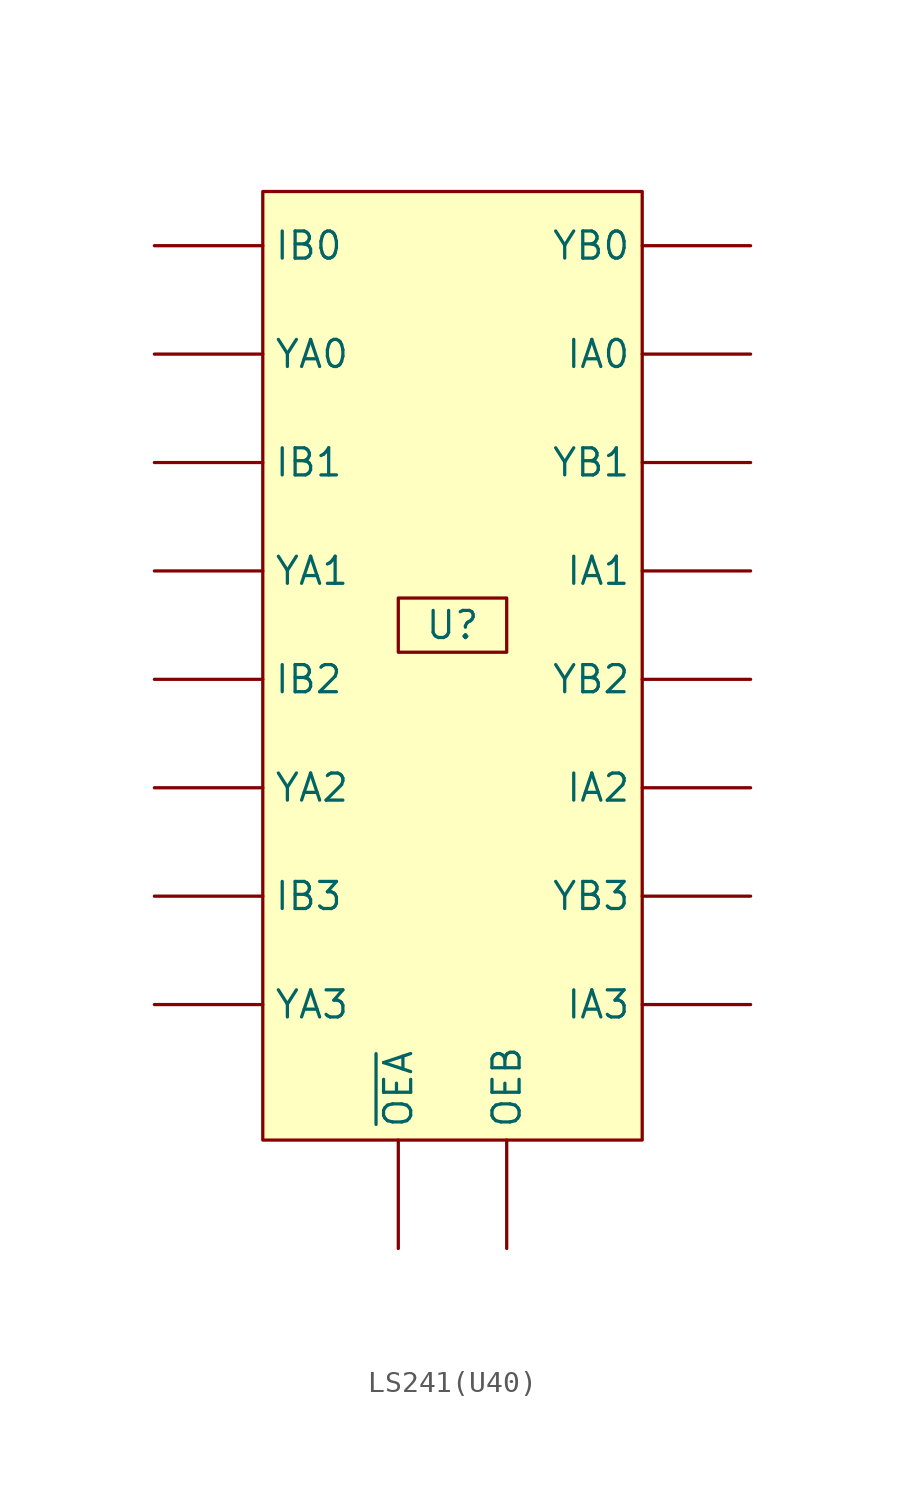
<source format=kicad_sym>
(kicad_symbol_lib
  (version 20211014)
  (generator kicad_symbol_editor)
  (symbol "LS241(U40)"
    (property "Reference" "U"
      (at 8.89 -17.78 0)
      (effects (font (size 1.27 1.27))))
    (symbol "LS241(U40)_0_0"
      (rectangle (start 0 2.54) (end 17.78 -41.91) (stroke (width 0) (type default) (color 0 0 0 0)) (fill (type background))))
    (symbol "LS241(U40)_0_1"
      (rectangle (start 6.35 -16.51) (end 11.43 -19.05) (stroke (width 0) (type default) (color 0 0 0 0)) (fill (type none))))
    (symbol "LS241(U40)_1_1"
      (pin passive line (at 22.86 -5.08 180) (length 5.08) (name "IA0" (effects (font (size 1.27 1.27)))) (number "" (effects (font (size 1.27 1.27)))))
      (pin passive line (at 22.86 -15.24 180) (length 5.08) (name "IA1" (effects (font (size 1.27 1.27)))) (number "" (effects (font (size 1.27 1.27)))))
      (pin passive line (at 22.86 -25.4 180) (length 5.08) (name "IA2" (effects (font (size 1.27 1.27)))) (number "" (effects (font (size 1.27 1.27)))))
      (pin passive line (at 22.86 -35.56 180) (length 5.08) (name "IA3" (effects (font (size 1.27 1.27)))) (number "" (effects (font (size 1.27 1.27)))))
      (pin passive line (at -5.08 0 0) (length 5.08) (name "IB0" (effects (font (size 1.27 1.27)))) (number "" (effects (font (size 1.27 1.27)))))
      (pin passive line (at -5.08 -10.16 0) (length 5.08) (name "IB1" (effects (font (size 1.27 1.27)))) (number "" (effects (font (size 1.27 1.27)))))
      (pin passive line (at -5.08 -20.32 0) (length 5.08) (name "IB2" (effects (font (size 1.27 1.27)))) (number "" (effects (font (size 1.27 1.27)))))
      (pin passive line (at -5.08 -30.48 0) (length 5.08) (name "IB3" (effects (font (size 1.27 1.27)))) (number "" (effects (font (size 1.27 1.27)))))
      (pin passive line (at 11.43 -46.99 90) (length 5.08) (name "OEB" (effects (font (size 1.27 1.27)))) (number "" (effects (font (size 1.27 1.27)))))
      (pin passive line (at -5.08 -5.08 0) (length 5.08) (name "YA0" (effects (font (size 1.27 1.27)))) (number "" (effects (font (size 1.27 1.27)))))
      (pin passive line (at -5.08 -15.24 0) (length 5.08) (name "YA1" (effects (font (size 1.27 1.27)))) (number "" (effects (font (size 1.27 1.27)))))
      (pin passive line (at -5.08 -25.4 0) (length 5.08) (name "YA2" (effects (font (size 1.27 1.27)))) (number "" (effects (font (size 1.27 1.27)))))
      (pin passive line (at -5.08 -35.56 0) (length 5.08) (name "YA3" (effects (font (size 1.27 1.27)))) (number "" (effects (font (size 1.27 1.27)))))
      (pin passive line (at 22.86 0 180) (length 5.08) (name "YB0" (effects (font (size 1.27 1.27)))) (number "" (effects (font (size 1.27 1.27)))))
      (pin passive line (at 22.86 -10.16 180) (length 5.08) (name "YB1" (effects (font (size 1.27 1.27)))) (number "" (effects (font (size 1.27 1.27)))))
      (pin passive line (at 22.86 -20.32 180) (length 5.08) (name "YB2" (effects (font (size 1.27 1.27)))) (number "" (effects (font (size 1.27 1.27)))))
      (pin passive line (at 22.86 -30.48 180) (length 5.08) (name "YB3" (effects (font (size 1.27 1.27)))) (number "" (effects (font (size 1.27 1.27)))))
      (pin passive line (at 6.35 -46.99 90) (length 5.08) (name "~{OEA}" (effects (font (size 1.27 1.27)))) (number "" (effects (font (size 1.27 1.27))))))))
</source>
